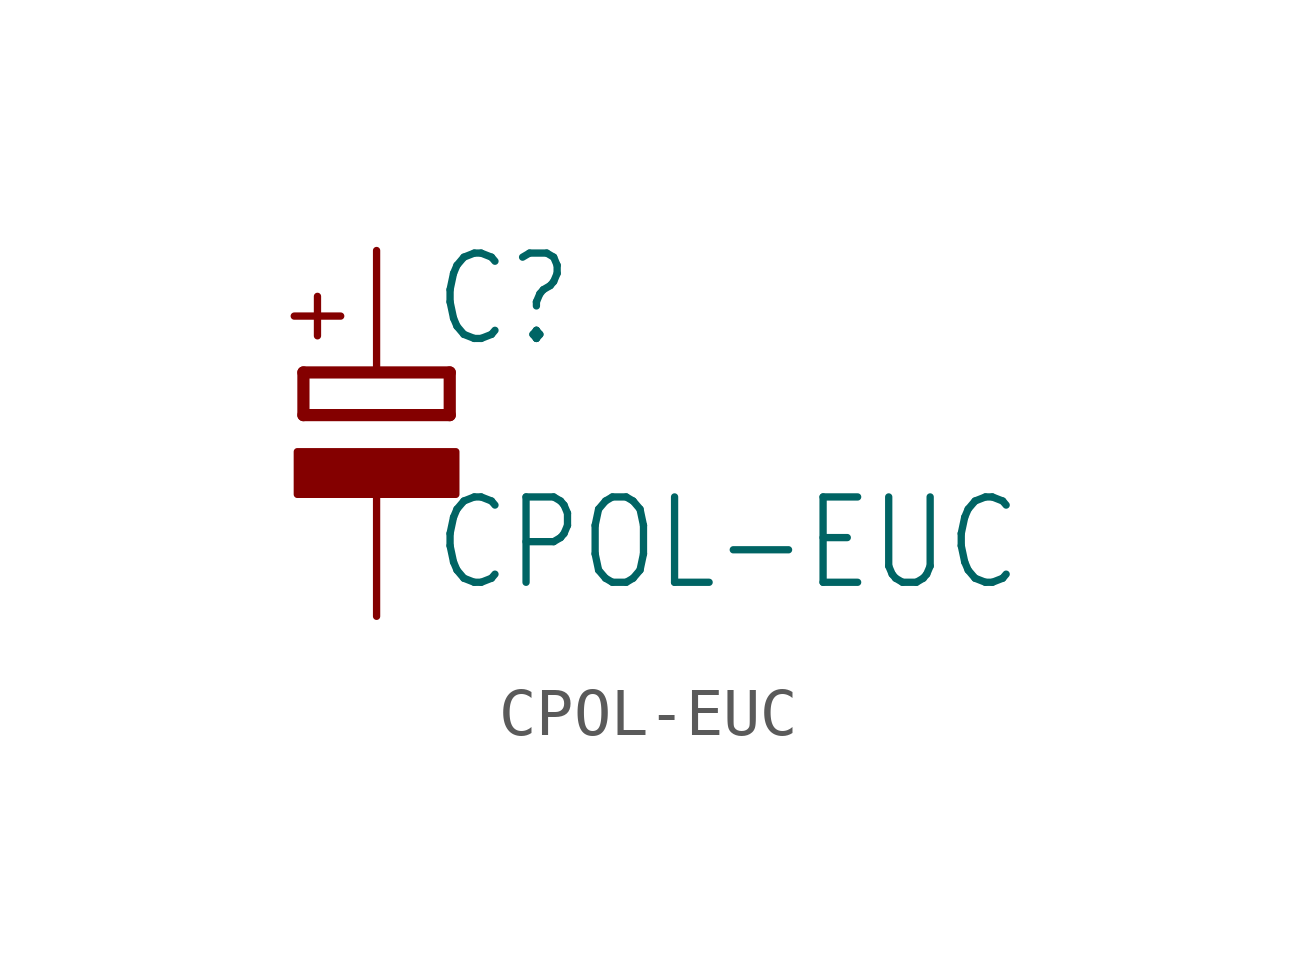
<source format=kicad_sym>
(kicad_symbol_lib
  (version 20211014)
  (generator kicad_symbol_editor)
  (symbol "CPOL-EUC"
    (property "Reference" "C"
      (at 1.143 0.483 0)
      (effects (font (size 1.778 1.511)) (justify left bottom)))
    (property "Value" "CPOL-EUC"
      (at 1.143 -4.597 0)
      (effects (font (size 1.778 1.511)) (justify left bottom)))
    (property "ki_locked" ""
      (at 0 0 0)
      (effects (font (size 1.27 1.27))))
    (symbol "CPOL-EUC_1_0"
      (rectangle (start -1.651 -2.54) (end 1.651 -1.651) (stroke (width 0) (type default) (color 0 0 0 0)) (fill (type outline)))
      (polyline (pts (xy -1.524 -0.889) (xy 1.524 -0.889)) (stroke (width 0.254) (type default) (color 0 0 0 0)) (fill (type none)))
      (polyline (pts (xy -1.524 0) (xy -1.524 -0.889)) (stroke (width 0.254) (type default) (color 0 0 0 0)) (fill (type none)))
      (polyline (pts (xy -1.524 0) (xy 1.524 0)) (stroke (width 0.254) (type default) (color 0 0 0 0)) (fill (type none)))
      (polyline (pts (xy 1.524 -0.889) (xy 1.524 0)) (stroke (width 0.254) (type default) (color 0 0 0 0)) (fill (type none)))
      (text "+" (at -0.584 0.406 900) (effects (font (size 1.27 1.079)) (justify left bottom)))
      (pin passive line (at 0 2.54 270) (length 2.54) (name "+" (effects (font (size 0 0)))) (number "+" (effects (font (size 0 0)))))
      (pin passive line (at 0 -5.08 90) (length 2.54) (name "-" (effects (font (size 0 0)))) (number "-" (effects (font (size 0 0))))))))
</source>
